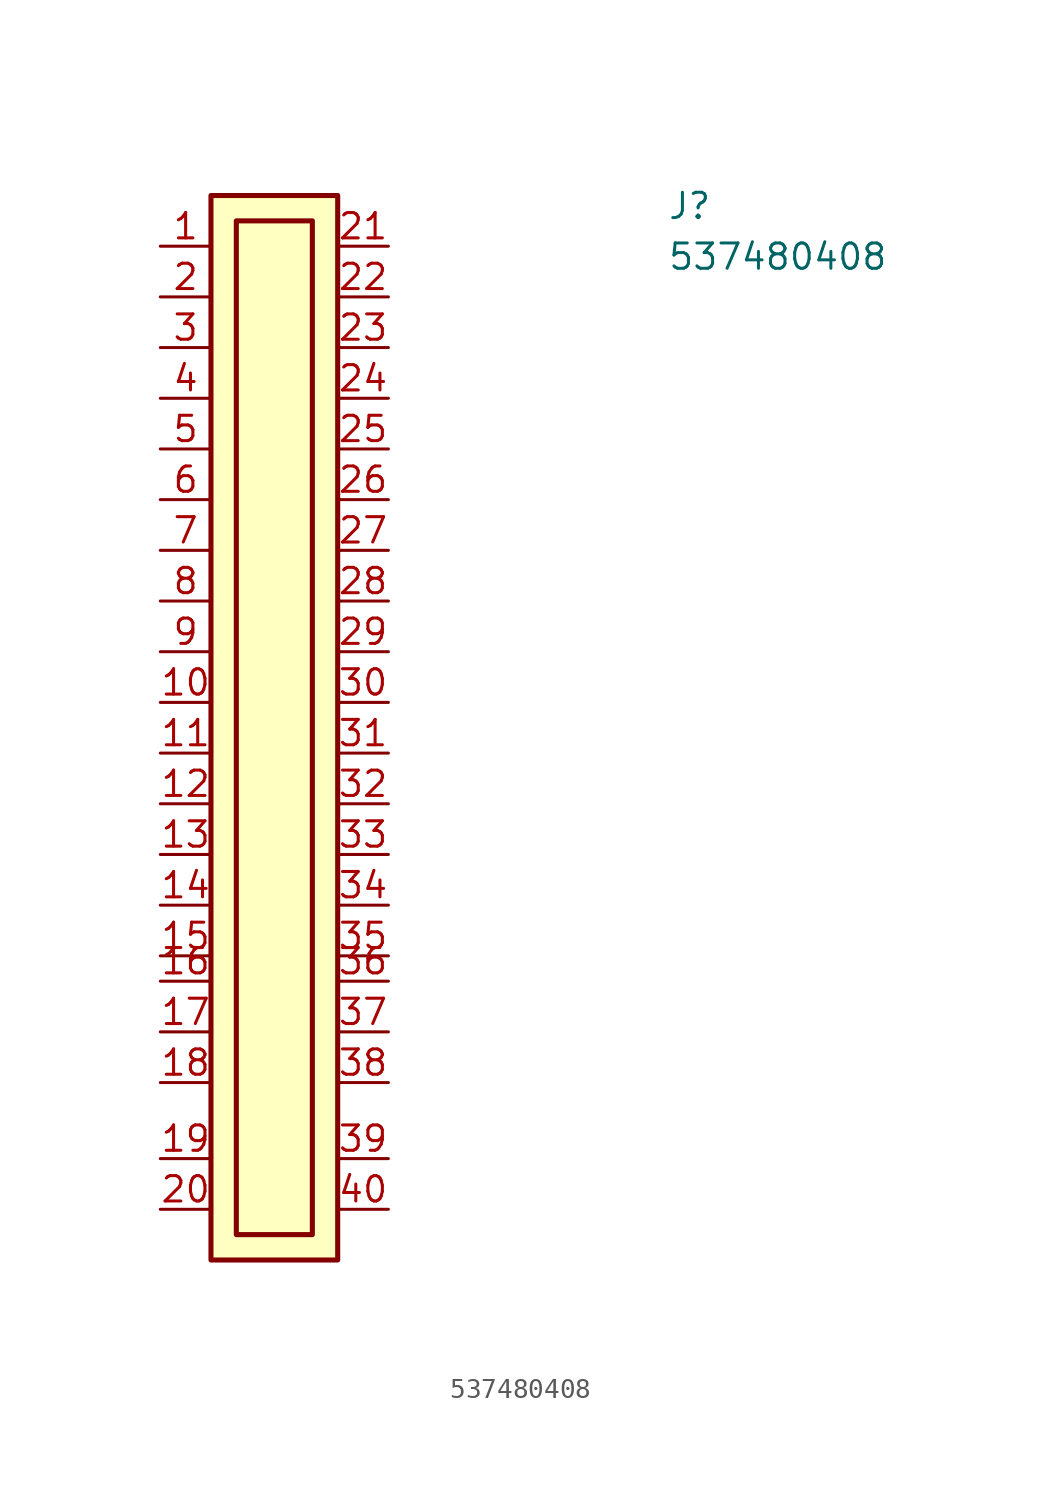
<source format=kicad_sym>
(kicad_symbol_lib
  (version 20211014)
  (generator kicad_symbol_editor)
  (symbol "537480408"
    (pin_names)
    (property "Reference" "J"
      (at 25.4 -5.08 0)
      (effects (font (size 1.27 1.27) (thickness 0.15)) (justify left bottom)))
    (property "Value" "537480408"
      (at 25.4 -7.62 0)
      (effects (font (size 1.27 1.27) (thickness 0.15)) (justify left bottom)))
    (symbol "537480408_1_1"
      (rectangle (start 2.54 -3.81) (end 8.89 -57.15) (stroke (width 0.254) (type default) (color 0 0 0 0)) (fill (type background)))
      (rectangle (start 3.81 -5.08) (end 7.62 -55.88) (stroke (width 0.254) (type default) (color 0 0 0 0)) (fill (type background)))
      (pin bidirectional line (at 0 -6.35 0) (length 2.54) (name "~" (effects (font (size 1.27 1.27) (thickness 0.15)))) (number "1" (effects (font (size 1.27 1.27) (thickness 0.15)))))
      (pin bidirectional line (at 0 -29.21 0) (length 2.54) (name "~" (effects (font (size 1.27 1.27) (thickness 0.15)))) (number "10" (effects (font (size 1.27 1.27) (thickness 0.15)))))
      (pin bidirectional line (at 0 -31.75 0) (length 2.54) (name "~" (effects (font (size 1.27 1.27) (thickness 0.15)))) (number "11" (effects (font (size 1.27 1.27) (thickness 0.15)))))
      (pin bidirectional line (at 0 -34.29 0) (length 2.54) (name "~" (effects (font (size 1.27 1.27) (thickness 0.15)))) (number "12" (effects (font (size 1.27 1.27) (thickness 0.15)))))
      (pin bidirectional line (at 0 -36.83 0) (length 2.54) (name "~" (effects (font (size 1.27 1.27) (thickness 0.15)))) (number "13" (effects (font (size 1.27 1.27) (thickness 0.15)))))
      (pin bidirectional line (at 0 -39.37 0) (length 2.54) (name "~" (effects (font (size 1.27 1.27) (thickness 0.15)))) (number "14" (effects (font (size 1.27 1.27) (thickness 0.15)))))
      (pin bidirectional line (at 0 -41.91 0) (length 2.54) (name "~" (effects (font (size 1.27 1.27) (thickness 0.15)))) (number "15" (effects (font (size 1.27 1.27) (thickness 0.15)))))
      (pin bidirectional line (at 0 -43.18 0) (length 2.54) (name "~" (effects (font (size 1.27 1.27) (thickness 0.15)))) (number "16" (effects (font (size 1.27 1.27) (thickness 0.15)))))
      (pin bidirectional line (at 0 -45.72 0) (length 2.54) (name "~" (effects (font (size 1.27 1.27) (thickness 0.15)))) (number "17" (effects (font (size 1.27 1.27) (thickness 0.15)))))
      (pin bidirectional line (at 0 -48.26 0) (length 2.54) (name "~" (effects (font (size 1.27 1.27) (thickness 0.15)))) (number "18" (effects (font (size 1.27 1.27) (thickness 0.15)))))
      (pin bidirectional line (at 0 -52.07 0) (length 2.54) (name "~" (effects (font (size 1.27 1.27) (thickness 0.15)))) (number "19" (effects (font (size 1.27 1.27) (thickness 0.15)))))
      (pin bidirectional line (at 0 -8.89 0) (length 2.54) (name "~" (effects (font (size 1.27 1.27) (thickness 0.15)))) (number "2" (effects (font (size 1.27 1.27) (thickness 0.15)))))
      (pin bidirectional line (at 0 -54.61 0) (length 2.54) (name "~" (effects (font (size 1.27 1.27) (thickness 0.15)))) (number "20" (effects (font (size 1.27 1.27) (thickness 0.15)))))
      (pin bidirectional line (at 11.43 -6.35 180) (length 2.54) (name "~" (effects (font (size 1.27 1.27) (thickness 0.15)))) (number "21" (effects (font (size 1.27 1.27) (thickness 0.15)))))
      (pin bidirectional line (at 11.43 -8.89 180) (length 2.54) (name "~" (effects (font (size 1.27 1.27) (thickness 0.15)))) (number "22" (effects (font (size 1.27 1.27) (thickness 0.15)))))
      (pin bidirectional line (at 11.43 -11.43 180) (length 2.54) (name "~" (effects (font (size 1.27 1.27) (thickness 0.15)))) (number "23" (effects (font (size 1.27 1.27) (thickness 0.15)))))
      (pin bidirectional line (at 11.43 -13.97 180) (length 2.54) (name "~" (effects (font (size 1.27 1.27) (thickness 0.15)))) (number "24" (effects (font (size 1.27 1.27) (thickness 0.15)))))
      (pin bidirectional line (at 11.43 -16.51 180) (length 2.54) (name "~" (effects (font (size 1.27 1.27) (thickness 0.15)))) (number "25" (effects (font (size 1.27 1.27) (thickness 0.15)))))
      (pin bidirectional line (at 11.43 -19.05 180) (length 2.54) (name "~" (effects (font (size 1.27 1.27) (thickness 0.15)))) (number "26" (effects (font (size 1.27 1.27) (thickness 0.15)))))
      (pin bidirectional line (at 11.43 -21.59 180) (length 2.54) (name "~" (effects (font (size 1.27 1.27) (thickness 0.15)))) (number "27" (effects (font (size 1.27 1.27) (thickness 0.15)))))
      (pin bidirectional line (at 11.43 -24.13 180) (length 2.54) (name "~" (effects (font (size 1.27 1.27) (thickness 0.15)))) (number "28" (effects (font (size 1.27 1.27) (thickness 0.15)))))
      (pin bidirectional line (at 11.43 -26.67 180) (length 2.54) (name "~" (effects (font (size 1.27 1.27) (thickness 0.15)))) (number "29" (effects (font (size 1.27 1.27) (thickness 0.15)))))
      (pin bidirectional line (at 0 -11.43 0) (length 2.54) (name "~" (effects (font (size 1.27 1.27) (thickness 0.15)))) (number "3" (effects (font (size 1.27 1.27) (thickness 0.15)))))
      (pin bidirectional line (at 11.43 -29.21 180) (length 2.54) (name "~" (effects (font (size 1.27 1.27) (thickness 0.15)))) (number "30" (effects (font (size 1.27 1.27) (thickness 0.15)))))
      (pin bidirectional line (at 11.43 -31.75 180) (length 2.54) (name "~" (effects (font (size 1.27 1.27) (thickness 0.15)))) (number "31" (effects (font (size 1.27 1.27) (thickness 0.15)))))
      (pin bidirectional line (at 11.43 -34.29 180) (length 2.54) (name "~" (effects (font (size 1.27 1.27) (thickness 0.15)))) (number "32" (effects (font (size 1.27 1.27) (thickness 0.15)))))
      (pin bidirectional line (at 11.43 -36.83 180) (length 2.54) (name "~" (effects (font (size 1.27 1.27) (thickness 0.15)))) (number "33" (effects (font (size 1.27 1.27) (thickness 0.15)))))
      (pin bidirectional line (at 11.43 -39.37 180) (length 2.54) (name "~" (effects (font (size 1.27 1.27) (thickness 0.15)))) (number "34" (effects (font (size 1.27 1.27) (thickness 0.15)))))
      (pin bidirectional line (at 11.43 -41.91 180) (length 2.54) (name "~" (effects (font (size 1.27 1.27) (thickness 0.15)))) (number "35" (effects (font (size 1.27 1.27) (thickness 0.15)))))
      (pin bidirectional line (at 11.43 -43.18 180) (length 2.54) (name "~" (effects (font (size 1.27 1.27) (thickness 0.15)))) (number "36" (effects (font (size 1.27 1.27) (thickness 0.15)))))
      (pin bidirectional line (at 11.43 -45.72 180) (length 2.54) (name "~" (effects (font (size 1.27 1.27) (thickness 0.15)))) (number "37" (effects (font (size 1.27 1.27) (thickness 0.15)))))
      (pin bidirectional line (at 11.43 -48.26 180) (length 2.54) (name "~" (effects (font (size 1.27 1.27) (thickness 0.15)))) (number "38" (effects (font (size 1.27 1.27) (thickness 0.15)))))
      (pin bidirectional line (at 11.43 -52.07 180) (length 2.54) (name "~" (effects (font (size 1.27 1.27) (thickness 0.15)))) (number "39" (effects (font (size 1.27 1.27) (thickness 0.15)))))
      (pin bidirectional line (at 0 -13.97 0) (length 2.54) (name "~" (effects (font (size 1.27 1.27) (thickness 0.15)))) (number "4" (effects (font (size 1.27 1.27) (thickness 0.15)))))
      (pin bidirectional line (at 11.43 -54.61 180) (length 2.54) (name "~" (effects (font (size 1.27 1.27) (thickness 0.15)))) (number "40" (effects (font (size 1.27 1.27) (thickness 0.15)))))
      (pin bidirectional line (at 0 -16.51 0) (length 2.54) (name "~" (effects (font (size 1.27 1.27) (thickness 0.15)))) (number "5" (effects (font (size 1.27 1.27) (thickness 0.15)))))
      (pin bidirectional line (at 0 -19.05 0) (length 2.54) (name "~" (effects (font (size 1.27 1.27) (thickness 0.15)))) (number "6" (effects (font (size 1.27 1.27) (thickness 0.15)))))
      (pin bidirectional line (at 0 -21.59 0) (length 2.54) (name "~" (effects (font (size 1.27 1.27) (thickness 0.15)))) (number "7" (effects (font (size 1.27 1.27) (thickness 0.15)))))
      (pin bidirectional line (at 0 -24.13 0) (length 2.54) (name "~" (effects (font (size 1.27 1.27) (thickness 0.15)))) (number "8" (effects (font (size 1.27 1.27) (thickness 0.15)))))
      (pin bidirectional line (at 0 -26.67 0) (length 2.54) (name "~" (effects (font (size 1.27 1.27) (thickness 0.15)))) (number "9" (effects (font (size 1.27 1.27) (thickness 0.15))))))))
</source>
